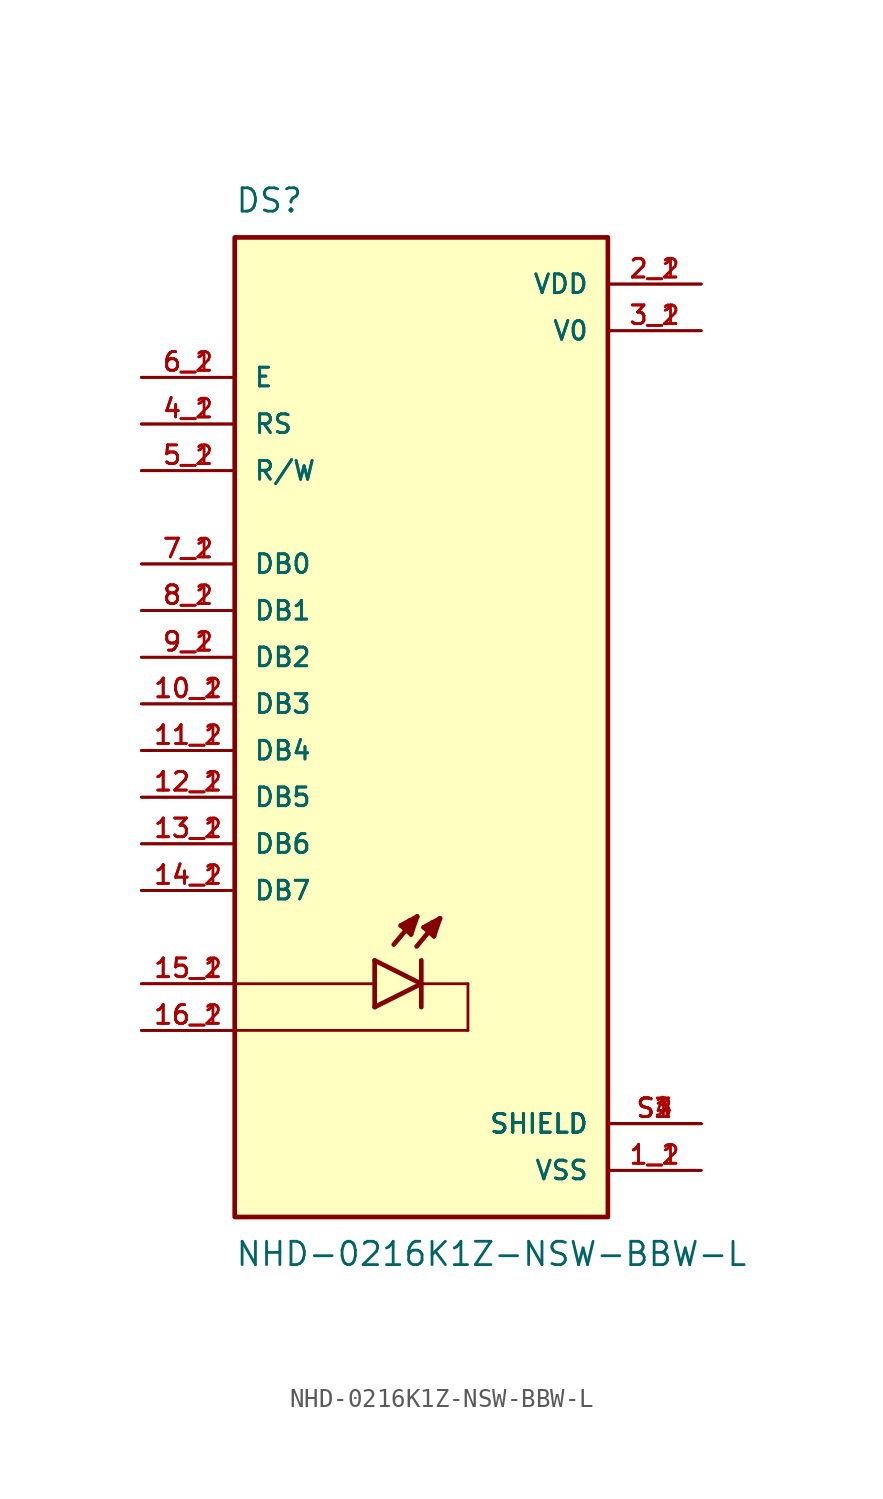
<source format=kicad_sym>
(kicad_symbol_lib
  (version 20211014)
  (generator kicad_symbol_editor)
  (symbol "NHD-0216K1Z-NSW-BBW-L"
    (pin_names
      (offset 1.016))
    (property "Reference" "DS"
      (at -10.16 21.59 0)
      (effects (font (size 1.27 1.27)) (justify bottom left)))
    (property "Value" "NHD-0216K1Z-NSW-BBW-L"
      (at -10.16 -34.29 0.0)
      (effects (font (size 1.27 1.27)) (justify top left)))
    (symbol "NHD-0216K1Z-NSW-BBW-L_0_0"
      (polyline (pts (xy -2.54 -19.05) (xy -2.54 -20.32)) (stroke (width 0.254)))
      (polyline (pts (xy -2.54 -20.32) (xy -2.54 -21.59)) (stroke (width 0.254)))
      (polyline (pts (xy -2.54 -21.59) (xy 0.0 -20.32)) (stroke (width 0.254)))
      (polyline (pts (xy 0.0 -20.32) (xy -2.54 -19.05)) (stroke (width 0.254)))
      (polyline (pts (xy 0.0 -19.05) (xy 0.0 -20.32)) (stroke (width 0.254)))
      (polyline (pts (xy 0.0 -20.32) (xy 0.0 -21.59)) (stroke (width 0.254)))
      (polyline (pts (xy 1.016 -16.764) (xy -0.254 -18.288)) (stroke (width 0.254)))
      (polyline (pts (xy 0.686 -17.729) (xy 0.127 -17.247)) (stroke (width 0.254)))
      (polyline (pts (xy 0.127 -17.247) (xy 1.016 -16.764)) (stroke (width 0.254)))
      (polyline (pts (xy 1.016 -16.764) (xy 0.686 -17.729)) (stroke (width 0.254)))
      (polyline (pts (xy 0.686 -17.729) (xy 0.711 -16.993)) (stroke (width 0.254)))
      (polyline (pts (xy 0.711 -16.993) (xy 0.584 -16.993)) (stroke (width 0.254)))
      (polyline (pts (xy 0.305 -17.323) (xy 0.533 -17.17)) (stroke (width 0.254)))
      (polyline (pts (xy -0.229 -16.662) (xy -1.499 -18.186)) (stroke (width 0.254)))
      (polyline (pts (xy -0.559 -17.628) (xy -1.118 -17.145)) (stroke (width 0.254)))
      (polyline (pts (xy -1.118 -17.145) (xy -0.229 -16.662)) (stroke (width 0.254)))
      (polyline (pts (xy -0.229 -16.662) (xy -0.559 -17.628)) (stroke (width 0.254)))
      (polyline (pts (xy -0.559 -17.628) (xy -0.533 -16.891)) (stroke (width 0.254)))
      (polyline (pts (xy -0.533 -16.891) (xy -0.66 -16.891)) (stroke (width 0.254)))
      (polyline (pts (xy -0.94 -17.221) (xy -0.711 -17.069)) (stroke (width 0.254)))
      (polyline (pts (xy -10.16 -22.86) (xy 2.54 -22.86)) (stroke (width 0.152)))
      (polyline (pts (xy 2.54 -22.86) (xy 2.54 -20.32)) (stroke (width 0.152)))
      (polyline (pts (xy 2.54 -20.32) (xy 0.0 -20.32)) (stroke (width 0.152)))
      (polyline (pts (xy -2.54 -20.32) (xy -10.16 -20.32)) (stroke (width 0.152)))
      (rectangle (start -10.16 -33.02) (end 10.16 20.32) (stroke (width 0.254)) (fill (type background)))
      (pin power_in line (at 15.24 15.24 180.0) (length 5.08) (name "V0" (effects (font (size 1.016 1.016)))) (number "3_1" (effects (font (size 1.016 1.016)))))
      (pin power_in line (at 15.24 15.24 180.0) (length 5.08) (name "V0" (effects (font (size 1.016 1.016)))) (number "3_2" (effects (font (size 1.016 1.016)))))
      (pin input line (at -15.24 12.7 0) (length 5.08) (name "E" (effects (font (size 1.016 1.016)))) (number "6_1" (effects (font (size 1.016 1.016)))))
      (pin input line (at -15.24 12.7 0) (length 5.08) (name "E" (effects (font (size 1.016 1.016)))) (number "6_2" (effects (font (size 1.016 1.016)))))
      (pin bidirectional line (at -15.24 2.54 0) (length 5.08) (name "DB0" (effects (font (size 1.016 1.016)))) (number "7_1" (effects (font (size 1.016 1.016)))))
      (pin bidirectional line (at -15.24 2.54 0) (length 5.08) (name "DB0" (effects (font (size 1.016 1.016)))) (number "7_2" (effects (font (size 1.016 1.016)))))
      (pin input line (at -15.24 10.16 0) (length 5.08) (name "RS" (effects (font (size 1.016 1.016)))) (number "4_1" (effects (font (size 1.016 1.016)))))
      (pin input line (at -15.24 10.16 0) (length 5.08) (name "RS" (effects (font (size 1.016 1.016)))) (number "4_2" (effects (font (size 1.016 1.016)))))
      (pin passive line (at -15.24 -20.32 0) (length 5.08) (name "~" (effects (font (size 1.016 1.016)))) (number "15_1" (effects (font (size 1.016 1.016)))))
      (pin passive line (at -15.24 -20.32 0) (length 5.08) (name "~" (effects (font (size 1.016 1.016)))) (number "15_2" (effects (font (size 1.016 1.016)))))
      (pin passive line (at -15.24 -22.86 0) (length 5.08) (name "~" (effects (font (size 1.016 1.016)))) (number "16_1" (effects (font (size 1.016 1.016)))))
      (pin passive line (at -15.24 -22.86 0) (length 5.08) (name "~" (effects (font (size 1.016 1.016)))) (number "16_2" (effects (font (size 1.016 1.016)))))
      (pin power_in line (at 15.24 -30.48 180.0) (length 5.08) (name "VSS" (effects (font (size 1.016 1.016)))) (number "1_1" (effects (font (size 1.016 1.016)))))
      (pin power_in line (at 15.24 -30.48 180.0) (length 5.08) (name "VSS" (effects (font (size 1.016 1.016)))) (number "1_2" (effects (font (size 1.016 1.016)))))
      (pin power_in line (at 15.24 17.78 180.0) (length 5.08) (name "VDD" (effects (font (size 1.016 1.016)))) (number "2_1" (effects (font (size 1.016 1.016)))))
      (pin power_in line (at 15.24 17.78 180.0) (length 5.08) (name "VDD" (effects (font (size 1.016 1.016)))) (number "2_2" (effects (font (size 1.016 1.016)))))
      (pin bidirectional line (at -15.24 0.0 0) (length 5.08) (name "DB1" (effects (font (size 1.016 1.016)))) (number "8_1" (effects (font (size 1.016 1.016)))))
      (pin bidirectional line (at -15.24 0.0 0) (length 5.08) (name "DB1" (effects (font (size 1.016 1.016)))) (number "8_2" (effects (font (size 1.016 1.016)))))
      (pin bidirectional line (at -15.24 -2.54 0) (length 5.08) (name "DB2" (effects (font (size 1.016 1.016)))) (number "9_1" (effects (font (size 1.016 1.016)))))
      (pin bidirectional line (at -15.24 -2.54 0) (length 5.08) (name "DB2" (effects (font (size 1.016 1.016)))) (number "9_2" (effects (font (size 1.016 1.016)))))
      (pin bidirectional line (at -15.24 -5.08 0) (length 5.08) (name "DB3" (effects (font (size 1.016 1.016)))) (number "10_1" (effects (font (size 1.016 1.016)))))
      (pin bidirectional line (at -15.24 -5.08 0) (length 5.08) (name "DB3" (effects (font (size 1.016 1.016)))) (number "10_2" (effects (font (size 1.016 1.016)))))
      (pin bidirectional line (at -15.24 -7.62 0) (length 5.08) (name "DB4" (effects (font (size 1.016 1.016)))) (number "11_1" (effects (font (size 1.016 1.016)))))
      (pin bidirectional line (at -15.24 -7.62 0) (length 5.08) (name "DB4" (effects (font (size 1.016 1.016)))) (number "11_2" (effects (font (size 1.016 1.016)))))
      (pin bidirectional line (at -15.24 -10.16 0) (length 5.08) (name "DB5" (effects (font (size 1.016 1.016)))) (number "12_1" (effects (font (size 1.016 1.016)))))
      (pin bidirectional line (at -15.24 -10.16 0) (length 5.08) (name "DB5" (effects (font (size 1.016 1.016)))) (number "12_2" (effects (font (size 1.016 1.016)))))
      (pin bidirectional line (at -15.24 -12.7 0) (length 5.08) (name "DB6" (effects (font (size 1.016 1.016)))) (number "13_1" (effects (font (size 1.016 1.016)))))
      (pin bidirectional line (at -15.24 -12.7 0) (length 5.08) (name "DB6" (effects (font (size 1.016 1.016)))) (number "13_2" (effects (font (size 1.016 1.016)))))
      (pin bidirectional line (at -15.24 -15.24 0) (length 5.08) (name "DB7" (effects (font (size 1.016 1.016)))) (number "14_1" (effects (font (size 1.016 1.016)))))
      (pin bidirectional line (at -15.24 -15.24 0) (length 5.08) (name "DB7" (effects (font (size 1.016 1.016)))) (number "14_2" (effects (font (size 1.016 1.016)))))
      (pin input line (at -15.24 7.62 0) (length 5.08) (name "R/W" (effects (font (size 1.016 1.016)))) (number "5_1" (effects (font (size 1.016 1.016)))))
      (pin input line (at -15.24 7.62 0) (length 5.08) (name "R/W" (effects (font (size 1.016 1.016)))) (number "5_2" (effects (font (size 1.016 1.016)))))
      (pin passive line (at 15.24 -27.94 180.0) (length 5.08) (name "SHIELD" (effects (font (size 1.016 1.016)))) (number "S1" (effects (font (size 1.016 1.016)))))
      (pin passive line (at 15.24 -27.94 180.0) (length 5.08) (name "SHIELD" (effects (font (size 1.016 1.016)))) (number "S2" (effects (font (size 1.016 1.016)))))
      (pin passive line (at 15.24 -27.94 180.0) (length 5.08) (name "SHIELD" (effects (font (size 1.016 1.016)))) (number "S3" (effects (font (size 1.016 1.016)))))
      (pin passive line (at 15.24 -27.94 180.0) (length 5.08) (name "SHIELD" (effects (font (size 1.016 1.016)))) (number "S4" (effects (font (size 1.016 1.016))))))))
</source>
